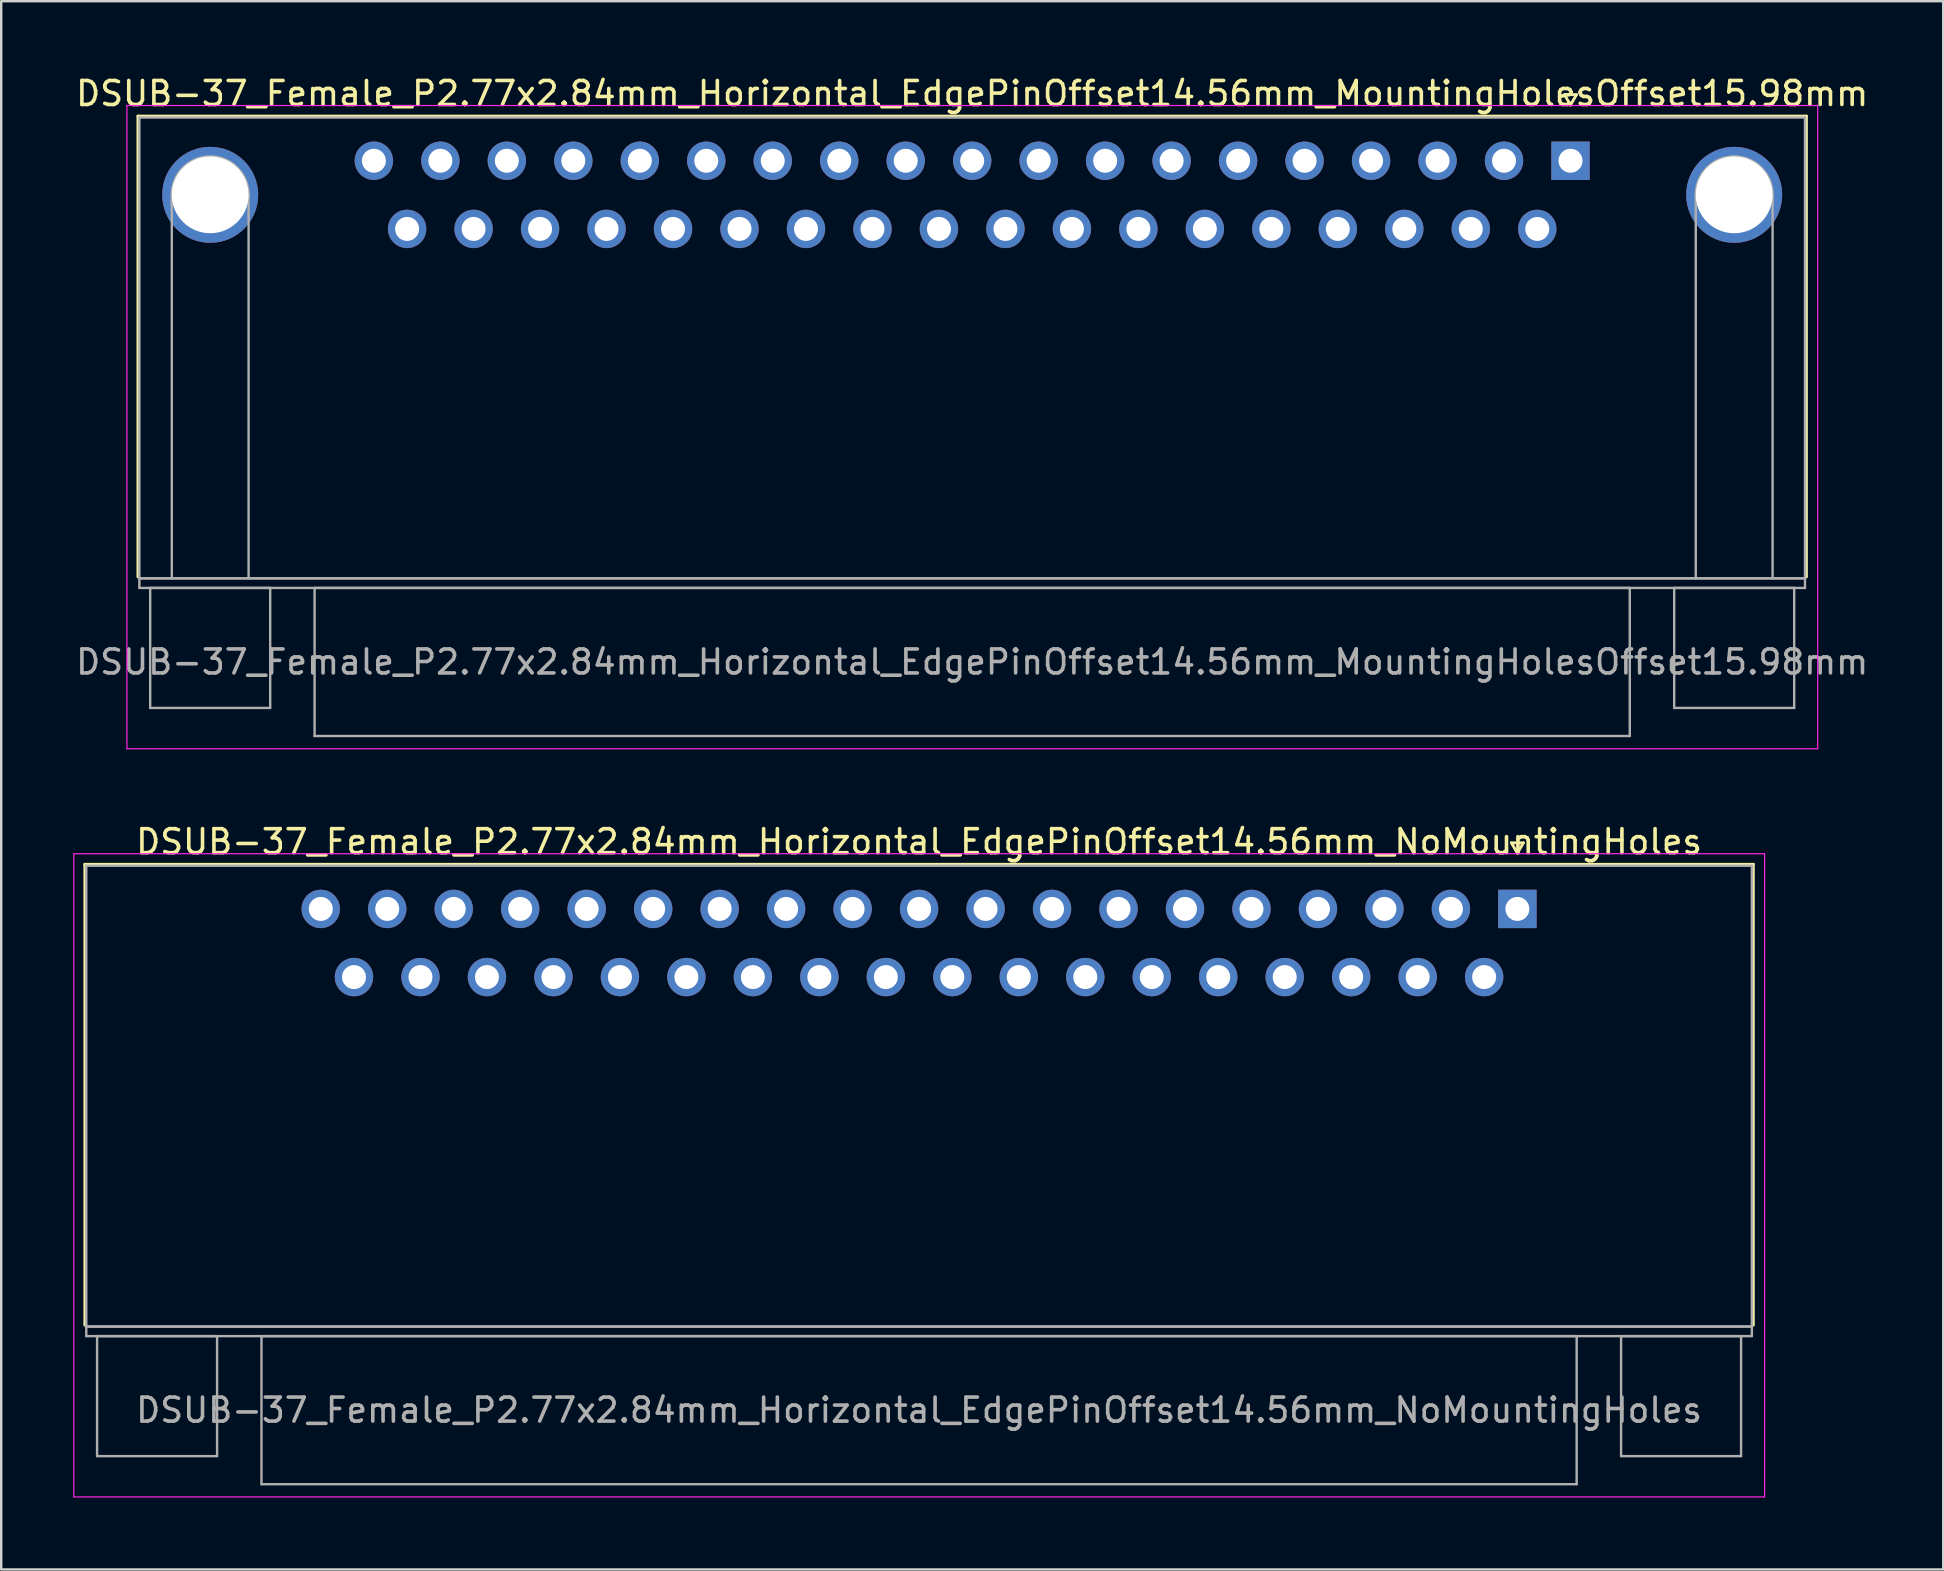
<source format=kicad_pcb>
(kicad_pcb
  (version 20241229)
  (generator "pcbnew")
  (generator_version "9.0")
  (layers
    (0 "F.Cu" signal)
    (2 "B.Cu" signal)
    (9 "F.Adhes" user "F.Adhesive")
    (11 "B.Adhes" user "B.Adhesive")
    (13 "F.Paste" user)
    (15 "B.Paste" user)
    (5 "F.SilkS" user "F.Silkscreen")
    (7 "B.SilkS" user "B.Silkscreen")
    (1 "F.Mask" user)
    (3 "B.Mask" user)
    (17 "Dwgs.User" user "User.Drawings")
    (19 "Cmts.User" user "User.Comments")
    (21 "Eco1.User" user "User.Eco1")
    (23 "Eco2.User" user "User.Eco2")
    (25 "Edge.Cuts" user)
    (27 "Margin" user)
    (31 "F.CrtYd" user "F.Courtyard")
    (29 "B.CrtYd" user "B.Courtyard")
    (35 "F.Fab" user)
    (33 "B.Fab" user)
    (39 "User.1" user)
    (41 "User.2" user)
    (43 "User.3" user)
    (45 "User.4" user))
  (footprint "DSUB-37_Female_P2.77x2.84mm_Horizontal_EdgePinOffset14.56mm_NoMountingHoles"
    (layer "F.Cu")
    (at 60.175 34.822)
    (property "Reference" "DSUB-37_Female_P2.77x2.84mm_Horizontal_EdgePinOffset14.56mm_NoMountingHoles" (at -24.93 -2.8 0) (layer "F.SilkS") (effects (font (size 1 1) (thickness 0.15))))
    (attr through_hole)
    (fp_line (start -59.69 -1.86) (end 9.83 -1.86) (stroke (width 0.12) (type solid)) (layer "F.SilkS"))
    (fp_line (start -59.69 17.34) (end -59.69 -1.86) (stroke (width 0.12) (type solid)) (layer "F.SilkS"))
    (fp_line (start -0.25 -2.754) (end 0.25 -2.754) (stroke (width 0.12) (type solid)) (layer "F.SilkS"))
    (fp_line (start 0 -2.321) (end -0.25 -2.754) (stroke (width 0.12) (type solid)) (layer "F.SilkS"))
    (fp_line (start 0.25 -2.754) (end 0 -2.321) (stroke (width 0.12) (type solid)) (layer "F.SilkS"))
    (fp_line (start 9.83 -1.86) (end 9.83 17.34) (stroke (width 0.12) (type solid)) (layer "F.SilkS"))
    (fp_line (start -60.15 -2.3) (end -60.15 24.5) (stroke (width 0.05) (type solid)) (layer "F.CrtYd"))
    (fp_line (start -60.15 24.5) (end 10.3 24.5) (stroke (width 0.05) (type solid)) (layer "F.CrtYd"))
    (fp_line (start 10.3 -2.3) (end -60.15 -2.3) (stroke (width 0.05) (type solid)) (layer "F.CrtYd"))
    (fp_line (start 10.3 24.5) (end 10.3 -2.3) (stroke (width 0.05) (type solid)) (layer "F.CrtYd"))
    (fp_line (start -59.63 -1.8) (end -59.63 17.4) (stroke (width 0.1) (type solid)) (layer "F.Fab"))
    (fp_line (start -59.63 17.4) (end -59.63 17.8) (stroke (width 0.1) (type solid)) (layer "F.Fab"))
    (fp_line (start -59.63 17.4) (end 9.77 17.4) (stroke (width 0.1) (type solid)) (layer "F.Fab"))
    (fp_line (start -59.63 17.8) (end 9.77 17.8) (stroke (width 0.1) (type solid)) (layer "F.Fab"))
    (fp_line (start -59.18 17.8) (end -59.18 22.8) (stroke (width 0.1) (type solid)) (layer "F.Fab"))
    (fp_line (start -59.18 22.8) (end -54.18 22.8) (stroke (width 0.1) (type solid)) (layer "F.Fab"))
    (fp_line (start -54.18 17.8) (end -59.18 17.8) (stroke (width 0.1) (type solid)) (layer "F.Fab"))
    (fp_line (start -54.18 22.8) (end -54.18 17.8) (stroke (width 0.1) (type solid)) (layer "F.Fab"))
    (fp_line (start -52.33 17.8) (end -52.33 23.97) (stroke (width 0.1) (type solid)) (layer "F.Fab"))
    (fp_line (start -52.33 23.97) (end 2.47 23.97) (stroke (width 0.1) (type solid)) (layer "F.Fab"))
    (fp_line (start 2.47 17.8) (end -52.33 17.8) (stroke (width 0.1) (type solid)) (layer "F.Fab"))
    (fp_line (start 2.47 23.97) (end 2.47 17.8) (stroke (width 0.1) (type solid)) (layer "F.Fab"))
    (fp_line (start 4.32 17.8) (end 4.32 22.8) (stroke (width 0.1) (type solid)) (layer "F.Fab"))
    (fp_line (start 4.32 22.8) (end 9.32 22.8) (stroke (width 0.1) (type solid)) (layer "F.Fab"))
    (fp_line (start 9.32 17.8) (end 4.32 17.8) (stroke (width 0.1) (type solid)) (layer "F.Fab"))
    (fp_line (start 9.32 22.8) (end 9.32 17.8) (stroke (width 0.1) (type solid)) (layer "F.Fab"))
    (fp_line (start 9.77 -1.8) (end -59.63 -1.8) (stroke (width 0.1) (type solid)) (layer "F.Fab"))
    (fp_line (start 9.77 17.4) (end -59.63 17.4) (stroke (width 0.1) (type solid)) (layer "F.Fab"))
    (fp_line (start 9.77 17.4) (end 9.77 -1.8) (stroke (width 0.1) (type solid)) (layer "F.Fab"))
    (fp_line (start 9.77 17.8) (end 9.77 17.4) (stroke (width 0.1) (type solid)) (layer "F.Fab"))
    (fp_text user "${REFERENCE}" (at -24.93 20.885 0) (layer "F.Fab") (effects (font (size 1 1) (thickness 0.15))))
    (pad "1" thru_hole rect (at 0 0) (size 1.6 1.6) (drill 1) (layers "*.Cu" "*.Mask"))
    (pad "2" thru_hole circle (at -2.77 0) (size 1.6 1.6) (drill 1) (layers "*.Cu" "*.Mask"))
    (pad "3" thru_hole circle (at -5.54 0) (size 1.6 1.6) (drill 1) (layers "*.Cu" "*.Mask"))
    (pad "4" thru_hole circle (at -8.31 0) (size 1.6 1.6) (drill 1) (layers "*.Cu" "*.Mask"))
    (pad "5" thru_hole circle (at -11.08 0) (size 1.6 1.6) (drill 1) (layers "*.Cu" "*.Mask"))
    (pad "6" thru_hole circle (at -13.85 0) (size 1.6 1.6) (drill 1) (layers "*.Cu" "*.Mask"))
    (pad "7" thru_hole circle (at -16.62 0) (size 1.6 1.6) (drill 1) (layers "*.Cu" "*.Mask"))
    (pad "8" thru_hole circle (at -19.39 0) (size 1.6 1.6) (drill 1) (layers "*.Cu" "*.Mask"))
    (pad "9" thru_hole circle (at -22.16 0) (size 1.6 1.6) (drill 1) (layers "*.Cu" "*.Mask"))
    (pad "10" thru_hole circle (at -24.93 0) (size 1.6 1.6) (drill 1) (layers "*.Cu" "*.Mask"))
    (pad "11" thru_hole circle (at -27.7 0) (size 1.6 1.6) (drill 1) (layers "*.Cu" "*.Mask"))
    (pad "12" thru_hole circle (at -30.47 0) (size 1.6 1.6) (drill 1) (layers "*.Cu" "*.Mask"))
    (pad "13" thru_hole circle (at -33.24 0) (size 1.6 1.6) (drill 1) (layers "*.Cu" "*.Mask"))
    (pad "14" thru_hole circle (at -36.01 0) (size 1.6 1.6) (drill 1) (layers "*.Cu" "*.Mask"))
    (pad "15" thru_hole circle (at -38.78 0) (size 1.6 1.6) (drill 1) (layers "*.Cu" "*.Mask"))
    (pad "16" thru_hole circle (at -41.55 0) (size 1.6 1.6) (drill 1) (layers "*.Cu" "*.Mask"))
    (pad "17" thru_hole circle (at -44.32 0) (size 1.6 1.6) (drill 1) (layers "*.Cu" "*.Mask"))
    (pad "18" thru_hole circle (at -47.09 0) (size 1.6 1.6) (drill 1) (layers "*.Cu" "*.Mask"))
    (pad "19" thru_hole circle (at -49.86 0) (size 1.6 1.6) (drill 1) (layers "*.Cu" "*.Mask"))
    (pad "20" thru_hole circle (at -1.385 2.84) (size 1.6 1.6) (drill 1) (layers "*.Cu" "*.Mask"))
    (pad "21" thru_hole circle (at -4.155 2.84) (size 1.6 1.6) (drill 1) (layers "*.Cu" "*.Mask"))
    (pad "22" thru_hole circle (at -6.925 2.84) (size 1.6 1.6) (drill 1) (layers "*.Cu" "*.Mask"))
    (pad "23" thru_hole circle (at -9.695 2.84) (size 1.6 1.6) (drill 1) (layers "*.Cu" "*.Mask"))
    (pad "24" thru_hole circle (at -12.465 2.84) (size 1.6 1.6) (drill 1) (layers "*.Cu" "*.Mask"))
    (pad "25" thru_hole circle (at -15.235 2.84) (size 1.6 1.6) (drill 1) (layers "*.Cu" "*.Mask"))
    (pad "26" thru_hole circle (at -18.005 2.84) (size 1.6 1.6) (drill 1) (layers "*.Cu" "*.Mask"))
    (pad "27" thru_hole circle (at -20.775 2.84) (size 1.6 1.6) (drill 1) (layers "*.Cu" "*.Mask"))
    (pad "28" thru_hole circle (at -23.545 2.84) (size 1.6 1.6) (drill 1) (layers "*.Cu" "*.Mask"))
    (pad "29" thru_hole circle (at -26.315 2.84) (size 1.6 1.6) (drill 1) (layers "*.Cu" "*.Mask"))
    (pad "30" thru_hole circle (at -29.085 2.84) (size 1.6 1.6) (drill 1) (layers "*.Cu" "*.Mask"))
    (pad "31" thru_hole circle (at -31.855 2.84) (size 1.6 1.6) (drill 1) (layers "*.Cu" "*.Mask"))
    (pad "32" thru_hole circle (at -34.625 2.84) (size 1.6 1.6) (drill 1) (layers "*.Cu" "*.Mask"))
    (pad "33" thru_hole circle (at -37.395 2.84) (size 1.6 1.6) (drill 1) (layers "*.Cu" "*.Mask"))
    (pad "34" thru_hole circle (at -40.165 2.84) (size 1.6 1.6) (drill 1) (layers "*.Cu" "*.Mask"))
    (pad "35" thru_hole circle (at -42.935 2.84) (size 1.6 1.6) (drill 1) (layers "*.Cu" "*.Mask"))
    (pad "36" thru_hole circle (at -45.705 2.84) (size 1.6 1.6) (drill 1) (layers "*.Cu" "*.Mask"))
    (pad "37" thru_hole circle (at -48.475 2.84) (size 1.6 1.6) (drill 1) (layers "*.Cu" "*.Mask")))
  (footprint "DSUB-37_Female_P2.77x2.84mm_Horizontal_EdgePinOffset14.56mm_MountingHolesOffset15.98mm"
    (layer "F.Cu")
    (at 62.388 3.648)
    (property "Reference" "DSUB-37_Female_P2.77x2.84mm_Horizontal_EdgePinOffset14.56mm_MountingHolesOffset15.98mm" (at -24.93 -2.8 0) (layer "F.SilkS") (effects (font (size 1 1) (thickness 0.15))))
    (attr through_hole)
    (fp_line (start -59.69 -1.86) (end 9.83 -1.86) (stroke (width 0.12) (type solid)) (layer "F.SilkS"))
    (fp_line (start -59.69 17.34) (end -59.69 -1.86) (stroke (width 0.12) (type solid)) (layer "F.SilkS"))
    (fp_line (start -0.25 -2.754) (end 0.25 -2.754) (stroke (width 0.12) (type solid)) (layer "F.SilkS"))
    (fp_line (start 0 -2.321) (end -0.25 -2.754) (stroke (width 0.12) (type solid)) (layer "F.SilkS"))
    (fp_line (start 0.25 -2.754) (end 0 -2.321) (stroke (width 0.12) (type solid)) (layer "F.SilkS"))
    (fp_line (start 9.83 -1.86) (end 9.83 17.34) (stroke (width 0.12) (type solid)) (layer "F.SilkS"))
    (fp_line (start -60.15 -2.3) (end -60.15 24.5) (stroke (width 0.05) (type solid)) (layer "F.CrtYd"))
    (fp_line (start -60.15 24.5) (end 10.3 24.5) (stroke (width 0.05) (type solid)) (layer "F.CrtYd"))
    (fp_line (start 10.3 -2.3) (end -60.15 -2.3) (stroke (width 0.05) (type solid)) (layer "F.CrtYd"))
    (fp_line (start 10.3 24.5) (end 10.3 -2.3) (stroke (width 0.05) (type solid)) (layer "F.CrtYd"))
    (fp_line (start -59.63 -1.8) (end -59.63 17.4) (stroke (width 0.1) (type solid)) (layer "F.Fab"))
    (fp_line (start -59.63 17.4) (end -59.63 17.8) (stroke (width 0.1) (type solid)) (layer "F.Fab"))
    (fp_line (start -59.63 17.4) (end 9.77 17.4) (stroke (width 0.1) (type solid)) (layer "F.Fab"))
    (fp_line (start -59.63 17.8) (end 9.77 17.8) (stroke (width 0.1) (type solid)) (layer "F.Fab"))
    (fp_line (start -59.18 17.8) (end -59.18 22.8) (stroke (width 0.1) (type solid)) (layer "F.Fab"))
    (fp_line (start -59.18 22.8) (end -54.18 22.8) (stroke (width 0.1) (type solid)) (layer "F.Fab"))
    (fp_line (start -58.28 17.4) (end -58.28 1.42) (stroke (width 0.1) (type solid)) (layer "F.Fab"))
    (fp_line (start -55.08 17.4) (end -55.08 1.42) (stroke (width 0.1) (type solid)) (layer "F.Fab"))
    (fp_line (start -54.18 17.8) (end -59.18 17.8) (stroke (width 0.1) (type solid)) (layer "F.Fab"))
    (fp_line (start -54.18 22.8) (end -54.18 17.8) (stroke (width 0.1) (type solid)) (layer "F.Fab"))
    (fp_line (start -52.33 17.8) (end -52.33 23.97) (stroke (width 0.1) (type solid)) (layer "F.Fab"))
    (fp_line (start -52.33 23.97) (end 2.47 23.97) (stroke (width 0.1) (type solid)) (layer "F.Fab"))
    (fp_line (start 2.47 17.8) (end -52.33 17.8) (stroke (width 0.1) (type solid)) (layer "F.Fab"))
    (fp_line (start 2.47 23.97) (end 2.47 17.8) (stroke (width 0.1) (type solid)) (layer "F.Fab"))
    (fp_line (start 4.32 17.8) (end 4.32 22.8) (stroke (width 0.1) (type solid)) (layer "F.Fab"))
    (fp_line (start 4.32 22.8) (end 9.32 22.8) (stroke (width 0.1) (type solid)) (layer "F.Fab"))
    (fp_line (start 5.22 17.4) (end 5.22 1.42) (stroke (width 0.1) (type solid)) (layer "F.Fab"))
    (fp_line (start 8.42 17.4) (end 8.42 1.42) (stroke (width 0.1) (type solid)) (layer "F.Fab"))
    (fp_line (start 9.32 17.8) (end 4.32 17.8) (stroke (width 0.1) (type solid)) (layer "F.Fab"))
    (fp_line (start 9.32 22.8) (end 9.32 17.8) (stroke (width 0.1) (type solid)) (layer "F.Fab"))
    (fp_line (start 9.77 -1.8) (end -59.63 -1.8) (stroke (width 0.1) (type solid)) (layer "F.Fab"))
    (fp_line (start 9.77 17.4) (end -59.63 17.4) (stroke (width 0.1) (type solid)) (layer "F.Fab"))
    (fp_line (start 9.77 17.4) (end 9.77 -1.8) (stroke (width 0.1) (type solid)) (layer "F.Fab"))
    (fp_line (start 9.77 17.8) (end 9.77 17.4) (stroke (width 0.1) (type solid)) (layer "F.Fab"))
    (fp_arc (start -58.28 1.42) (mid -56.68 -0.18) (end -55.08 1.42) (stroke (width 0.1) (type solid)) (layer "F.Fab"))
    (fp_arc (start 5.22 1.42) (mid 6.82 -0.18) (end 8.42 1.42) (stroke (width 0.1) (type solid)) (layer "F.Fab"))
    (fp_text user "${REFERENCE}" (at -24.93 20.885 0) (layer "F.Fab") (effects (font (size 1 1) (thickness 0.15))))
    (pad "0" thru_hole circle (at -56.68 1.42) (size 4 4) (drill 3.2) (layers "*.Cu" "*.Mask"))
    (pad "0" thru_hole circle (at 6.82 1.42) (size 4 4) (drill 3.2) (layers "*.Cu" "*.Mask"))
    (pad "1" thru_hole rect (at 0 0) (size 1.6 1.6) (drill 1) (layers "*.Cu" "*.Mask"))
    (pad "2" thru_hole circle (at -2.77 0) (size 1.6 1.6) (drill 1) (layers "*.Cu" "*.Mask"))
    (pad "3" thru_hole circle (at -5.54 0) (size 1.6 1.6) (drill 1) (layers "*.Cu" "*.Mask"))
    (pad "4" thru_hole circle (at -8.31 0) (size 1.6 1.6) (drill 1) (layers "*.Cu" "*.Mask"))
    (pad "5" thru_hole circle (at -11.08 0) (size 1.6 1.6) (drill 1) (layers "*.Cu" "*.Mask"))
    (pad "6" thru_hole circle (at -13.85 0) (size 1.6 1.6) (drill 1) (layers "*.Cu" "*.Mask"))
    (pad "7" thru_hole circle (at -16.62 0) (size 1.6 1.6) (drill 1) (layers "*.Cu" "*.Mask"))
    (pad "8" thru_hole circle (at -19.39 0) (size 1.6 1.6) (drill 1) (layers "*.Cu" "*.Mask"))
    (pad "9" thru_hole circle (at -22.16 0) (size 1.6 1.6) (drill 1) (layers "*.Cu" "*.Mask"))
    (pad "10" thru_hole circle (at -24.93 0) (size 1.6 1.6) (drill 1) (layers "*.Cu" "*.Mask"))
    (pad "11" thru_hole circle (at -27.7 0) (size 1.6 1.6) (drill 1) (layers "*.Cu" "*.Mask"))
    (pad "12" thru_hole circle (at -30.47 0) (size 1.6 1.6) (drill 1) (layers "*.Cu" "*.Mask"))
    (pad "13" thru_hole circle (at -33.24 0) (size 1.6 1.6) (drill 1) (layers "*.Cu" "*.Mask"))
    (pad "14" thru_hole circle (at -36.01 0) (size 1.6 1.6) (drill 1) (layers "*.Cu" "*.Mask"))
    (pad "15" thru_hole circle (at -38.78 0) (size 1.6 1.6) (drill 1) (layers "*.Cu" "*.Mask"))
    (pad "16" thru_hole circle (at -41.55 0) (size 1.6 1.6) (drill 1) (layers "*.Cu" "*.Mask"))
    (pad "17" thru_hole circle (at -44.32 0) (size 1.6 1.6) (drill 1) (layers "*.Cu" "*.Mask"))
    (pad "18" thru_hole circle (at -47.09 0) (size 1.6 1.6) (drill 1) (layers "*.Cu" "*.Mask"))
    (pad "19" thru_hole circle (at -49.86 0) (size 1.6 1.6) (drill 1) (layers "*.Cu" "*.Mask"))
    (pad "20" thru_hole circle (at -1.385 2.84) (size 1.6 1.6) (drill 1) (layers "*.Cu" "*.Mask"))
    (pad "21" thru_hole circle (at -4.155 2.84) (size 1.6 1.6) (drill 1) (layers "*.Cu" "*.Mask"))
    (pad "22" thru_hole circle (at -6.925 2.84) (size 1.6 1.6) (drill 1) (layers "*.Cu" "*.Mask"))
    (pad "23" thru_hole circle (at -9.695 2.84) (size 1.6 1.6) (drill 1) (layers "*.Cu" "*.Mask"))
    (pad "24" thru_hole circle (at -12.465 2.84) (size 1.6 1.6) (drill 1) (layers "*.Cu" "*.Mask"))
    (pad "25" thru_hole circle (at -15.235 2.84) (size 1.6 1.6) (drill 1) (layers "*.Cu" "*.Mask"))
    (pad "26" thru_hole circle (at -18.005 2.84) (size 1.6 1.6) (drill 1) (layers "*.Cu" "*.Mask"))
    (pad "27" thru_hole circle (at -20.775 2.84) (size 1.6 1.6) (drill 1) (layers "*.Cu" "*.Mask"))
    (pad "28" thru_hole circle (at -23.545 2.84) (size 1.6 1.6) (drill 1) (layers "*.Cu" "*.Mask"))
    (pad "29" thru_hole circle (at -26.315 2.84) (size 1.6 1.6) (drill 1) (layers "*.Cu" "*.Mask"))
    (pad "30" thru_hole circle (at -29.085 2.84) (size 1.6 1.6) (drill 1) (layers "*.Cu" "*.Mask"))
    (pad "31" thru_hole circle (at -31.855 2.84) (size 1.6 1.6) (drill 1) (layers "*.Cu" "*.Mask"))
    (pad "32" thru_hole circle (at -34.625 2.84) (size 1.6 1.6) (drill 1) (layers "*.Cu" "*.Mask"))
    (pad "33" thru_hole circle (at -37.395 2.84) (size 1.6 1.6) (drill 1) (layers "*.Cu" "*.Mask"))
    (pad "34" thru_hole circle (at -40.165 2.84) (size 1.6 1.6) (drill 1) (layers "*.Cu" "*.Mask"))
    (pad "35" thru_hole circle (at -42.935 2.84) (size 1.6 1.6) (drill 1) (layers "*.Cu" "*.Mask"))
    (pad "36" thru_hole circle (at -45.705 2.84) (size 1.6 1.6) (drill 1) (layers "*.Cu" "*.Mask"))
    (pad "37" thru_hole circle (at -48.475 2.84) (size 1.6 1.6) (drill 1) (layers "*.Cu" "*.Mask")))
  (gr_rect
    (start -3 -3)
    (end 77.917 62.346)
    (stroke (width 0.1) (type default))
    (fill no)
    (layer "Edge.Cuts")))
</source>
